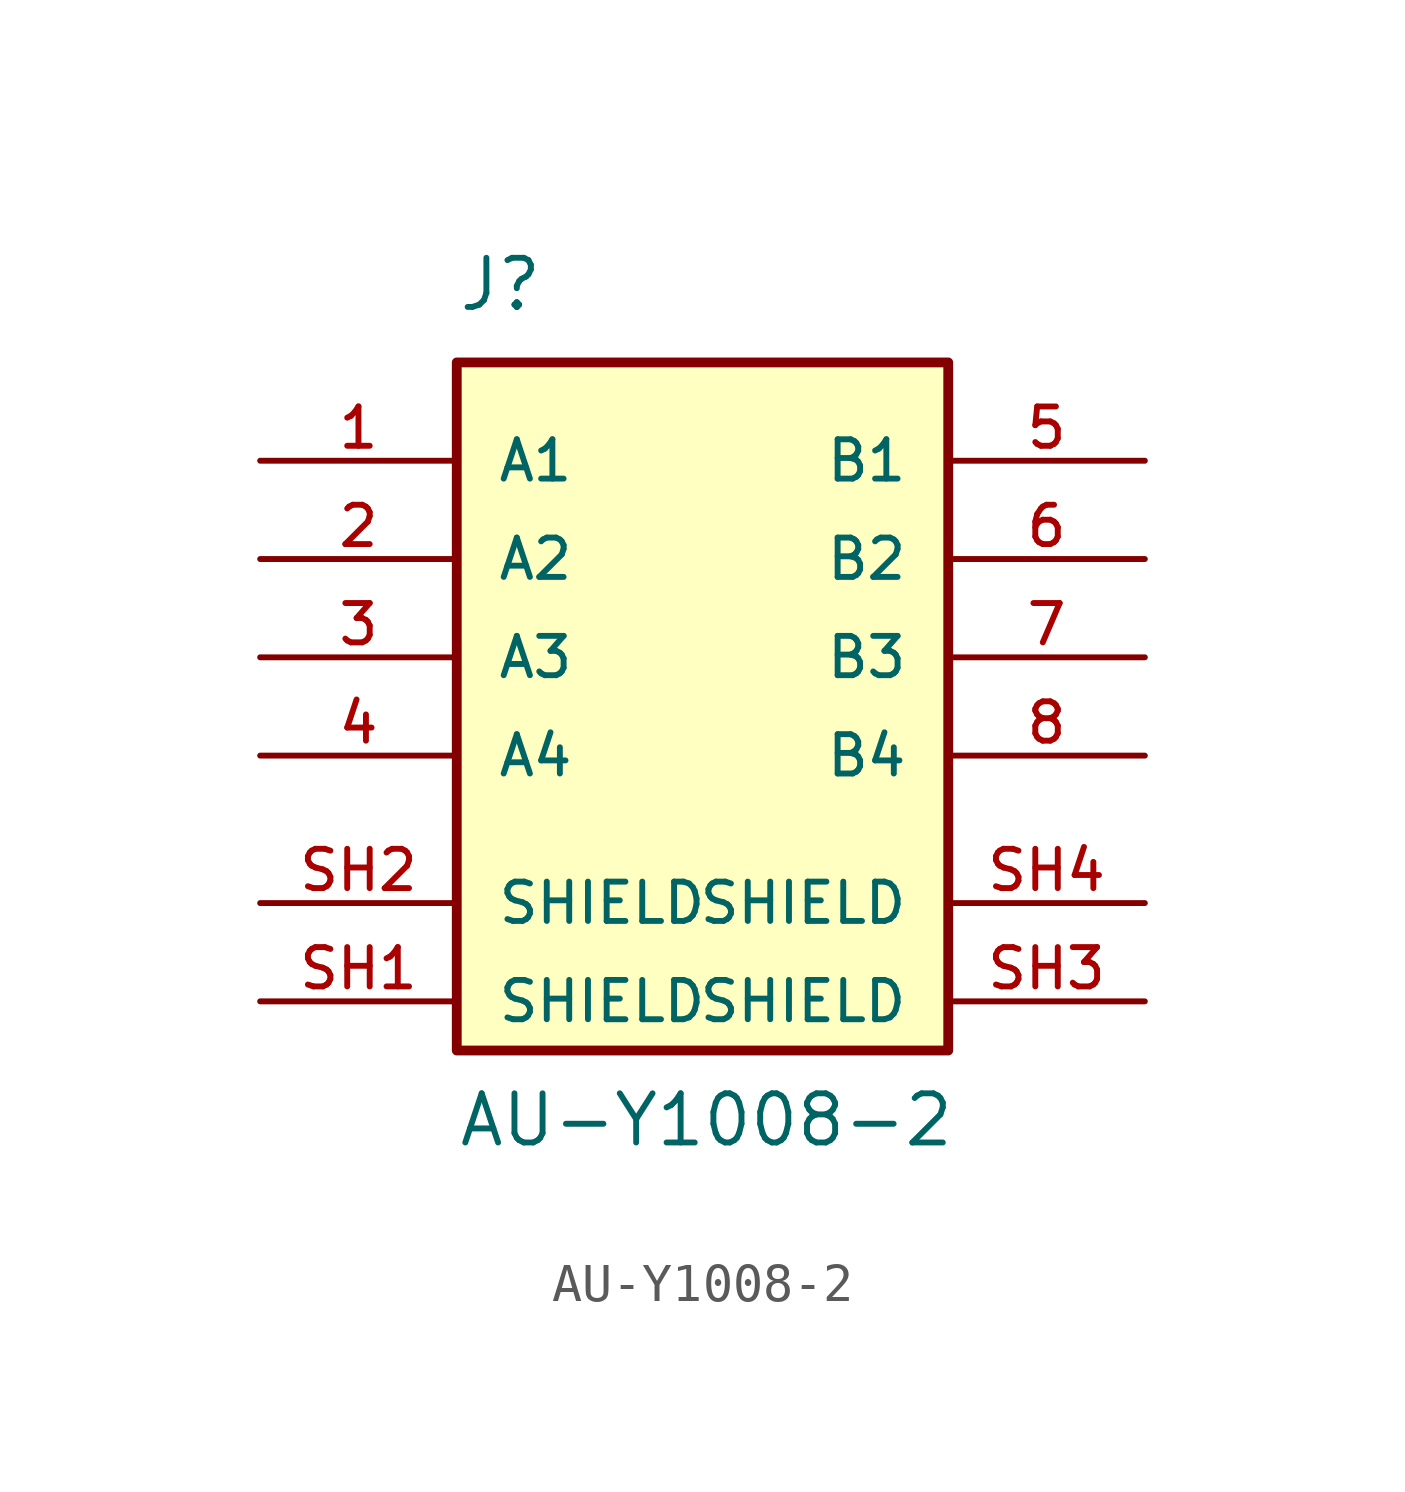
<source format=kicad_sym>
(kicad_symbol_lib
  (version 20220914)
  (generator kicad_symbol_editor)
  (symbol "AU-Y1008-2"
    (pin_names
      (offset 1.016))
    (property "Reference" "J"
      (at -5.08 8.89 0)
      (effects (font (size 1.27 1.27)) (justify left bottom)))
    (property "Value" "AU-Y1008-2"
      (at -5.08 -12.7 0)
      (effects (font (size 1.27 1.27)) (justify left bottom)))
    (symbol "AU-Y1008-2_0_0"
      (rectangle (start -5.08 7.62) (end 7.62 -10.16) (stroke (width 0.254) (type default)) (fill (type background)))
      (pin passive line (at -10.16 5.08 0) (length 5.08) (name "A1" (effects (font (size 1.016 1.016)))) (number "1" (effects (font (size 1.016 1.016)))))
      (pin passive line (at -10.16 2.54 0) (length 5.08) (name "A2" (effects (font (size 1.016 1.016)))) (number "2" (effects (font (size 1.016 1.016)))))
      (pin passive line (at -10.16 0 0) (length 5.08) (name "A3" (effects (font (size 1.016 1.016)))) (number "3" (effects (font (size 1.016 1.016)))))
      (pin passive line (at -10.16 -2.54 0) (length 5.08) (name "A4" (effects (font (size 1.016 1.016)))) (number "4" (effects (font (size 1.016 1.016)))))
      (pin passive line (at 12.7 5.08 180) (length 5.08) (name "B1" (effects (font (size 1.016 1.016)))) (number "5" (effects (font (size 1.016 1.016)))))
      (pin passive line (at 12.7 2.54 180) (length 5.08) (name "B2" (effects (font (size 1.016 1.016)))) (number "6" (effects (font (size 1.016 1.016)))))
      (pin passive line (at 12.7 0 180) (length 5.08) (name "B3" (effects (font (size 1.016 1.016)))) (number "7" (effects (font (size 1.016 1.016)))))
      (pin passive line (at 12.7 -2.54 180) (length 5.08) (name "B4" (effects (font (size 1.016 1.016)))) (number "8" (effects (font (size 1.016 1.016)))))
      (pin passive line (at -10.16 -8.89 0) (length 5.08) (name "SHIELD" (effects (font (size 1.016 1.016)))) (number "SH1" (effects (font (size 1.016 1.016)))))
      (pin passive line (at -10.16 -6.35 0) (length 5.08) (name "SHIELD" (effects (font (size 1.016 1.016)))) (number "SH2" (effects (font (size 1.016 1.016)))))
      (pin passive line (at 12.7 -8.89 180) (length 5.08) (name "SHIELD" (effects (font (size 1.016 1.016)))) (number "SH3" (effects (font (size 1.016 1.016)))))
      (pin passive line (at 12.7 -6.35 180) (length 5.08) (name "SHIELD" (effects (font (size 1.016 1.016)))) (number "SH4" (effects (font (size 1.016 1.016))))))))
</source>
